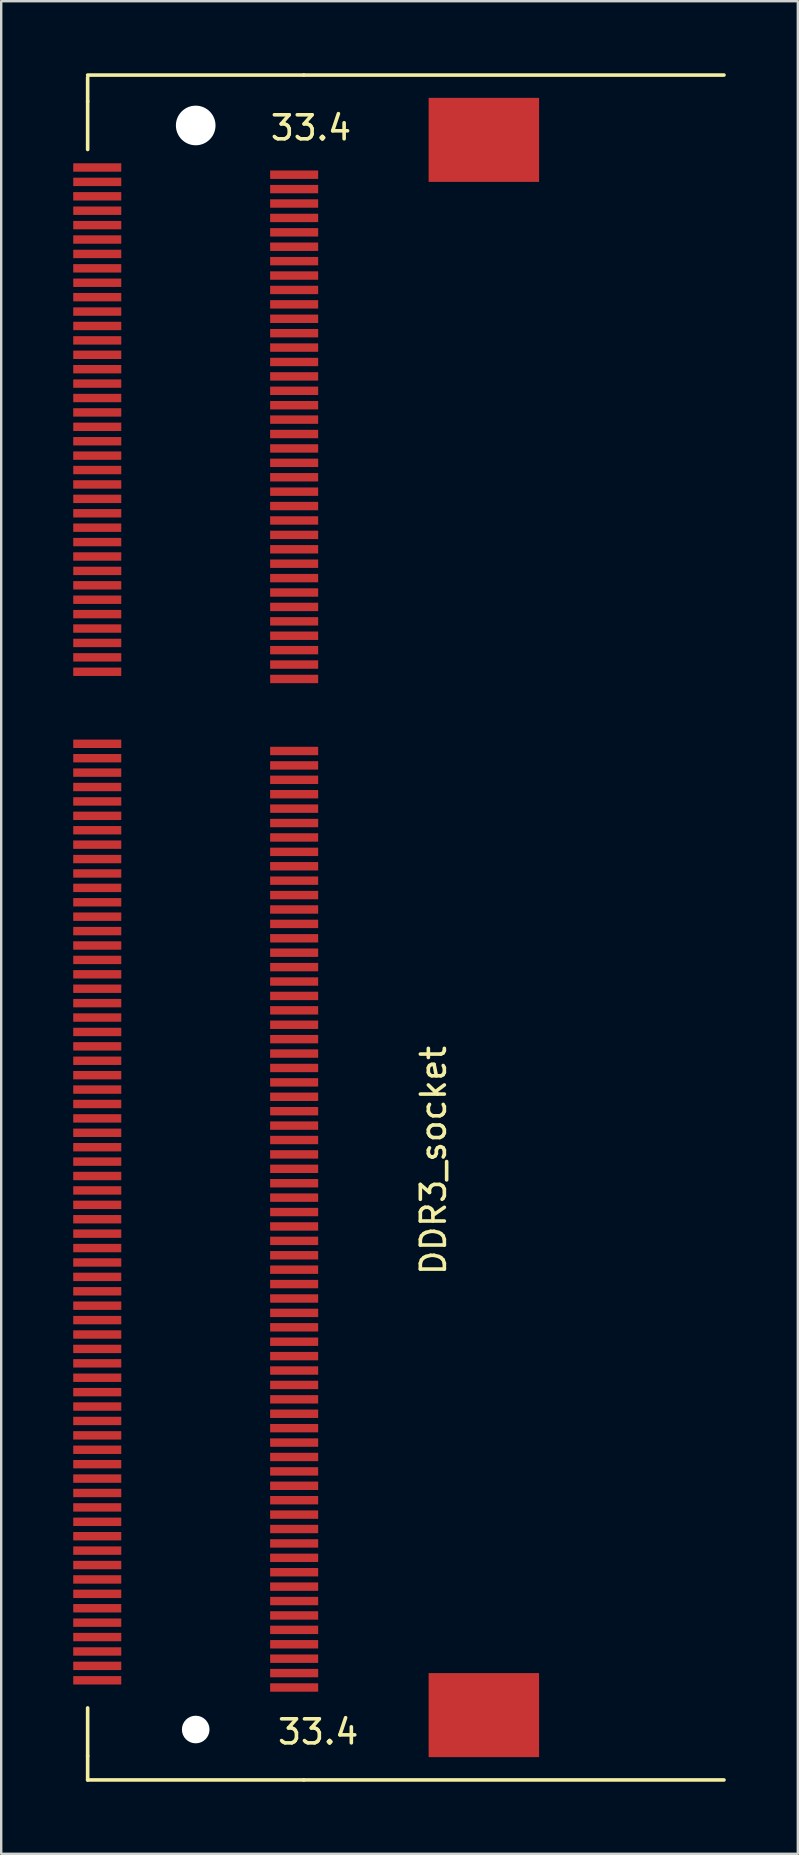
<source format=kicad_pcb>
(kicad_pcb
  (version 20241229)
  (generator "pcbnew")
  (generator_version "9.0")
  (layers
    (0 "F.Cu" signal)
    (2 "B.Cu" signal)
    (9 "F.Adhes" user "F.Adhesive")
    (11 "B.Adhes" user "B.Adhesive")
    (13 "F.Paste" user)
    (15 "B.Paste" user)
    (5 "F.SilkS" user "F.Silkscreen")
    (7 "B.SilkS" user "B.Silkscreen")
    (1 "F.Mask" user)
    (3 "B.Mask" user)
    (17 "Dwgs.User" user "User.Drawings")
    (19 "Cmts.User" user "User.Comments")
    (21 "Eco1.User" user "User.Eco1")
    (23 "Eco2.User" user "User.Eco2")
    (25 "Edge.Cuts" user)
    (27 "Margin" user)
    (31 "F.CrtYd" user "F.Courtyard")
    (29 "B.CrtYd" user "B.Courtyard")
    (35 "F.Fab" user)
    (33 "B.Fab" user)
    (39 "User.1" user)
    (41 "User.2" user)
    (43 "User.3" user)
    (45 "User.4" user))
  (footprint "DDR3_socket"
    (layer "F.Cu")
    (at 5.1 35.575)
    (property "Reference" "DDR3_socket" (at 9.9 9.7 90) (layer "F.SilkS") (effects (font (size 1 1) (thickness 0.15))))
    (attr through_hole)
    (fp_line (start -4.5 -35.5) (end 4.5 -35.5) (stroke (width 0.15) (type solid)) (layer "F.SilkS"))
    (fp_line (start -4.5 -35.4) (end -4.5 -34.4) (stroke (width 0.15) (type solid)) (layer "F.SilkS"))
    (fp_line (start -4.5 -34.4) (end -4.5 -32.4) (stroke (width 0.15) (type solid)) (layer "F.SilkS"))
    (fp_line (start -4.5 34.5) (end -4.5 32.5) (stroke (width 0.15) (type solid)) (layer "F.SilkS"))
    (fp_line (start -4.5 35.5) (end -4.5 34.5) (stroke (width 0.15) (type solid)) (layer "F.SilkS"))
    (fp_line (start 4.5 -35.5) (end 22 -35.5) (stroke (width 0.15) (type solid)) (layer "F.SilkS"))
    (fp_line (start 4.5 35.5) (end -4.5 35.5) (stroke (width 0.15) (type solid)) (layer "F.SilkS"))
    (fp_line (start 4.5 35.5) (end 22 35.5) (stroke (width 0.15) (type solid)) (layer "F.SilkS"))
    (fp_text user "33.4" (at 5.1 33.5 0) (layer "F.SilkS") (effects (font (size 1 1) (thickness 0.15))))
    (fp_text user "33.4" (at 4.8 -33.3 0) (layer "F.SilkS") (effects (font (size 1 1) (thickness 0.15))))
    (pad "" np_thru_hole circle (at 0 -33.4 90) (size 1.65 1.65) (drill 1.65) (layers "*.Cu"))
    (pad "" np_thru_hole circle (at 0 33.4 90) (size 1.15 1.15) (drill 1.15) (layers "*.Cu" "*.Mask"))
    (pad "1" smd rect (at -4.1 -31.65 90) (size 0.35 2) (layers "F.Cu" "F.Mask" "F.Paste"))
    (pad "2" smd rect (at 4.1 -31.35 90) (size 0.35 2) (layers "F.Cu" "F.Mask" "F.Paste"))
    (pad "3" smd rect (at -4.1 -31.05 90) (size 0.35 2) (layers "F.Cu" "F.Mask" "F.Paste"))
    (pad "4" smd rect (at 4.1 -30.75 90) (size 0.35 2) (layers "F.Cu" "F.Mask" "F.Paste"))
    (pad "5" smd rect (at -4.1 -30.45 90) (size 0.35 2) (layers "F.Cu" "F.Mask" "F.Paste"))
    (pad "6" smd rect (at 4.1 -30.15 90) (size 0.35 2) (layers "F.Cu" "F.Mask" "F.Paste"))
    (pad "7" smd rect (at -4.1 -29.85 90) (size 0.35 2) (layers "F.Cu" "F.Mask" "F.Paste"))
    (pad "8" smd rect (at 4.1 -29.55 90) (size 0.35 2) (layers "F.Cu" "F.Mask" "F.Paste"))
    (pad "9" smd rect (at -4.1 -29.25 90) (size 0.35 2) (layers "F.Cu" "F.Mask" "F.Paste"))
    (pad "10" smd rect (at 4.1 -28.95 90) (size 0.35 2) (layers "F.Cu" "F.Mask" "F.Paste"))
    (pad "11" smd rect (at -4.1 -28.65 90) (size 0.35 2) (layers "F.Cu" "F.Mask" "F.Paste"))
    (pad "12" smd rect (at 4.1 -28.35 90) (size 0.35 2) (layers "F.Cu" "F.Mask" "F.Paste"))
    (pad "13" smd rect (at -4.1 -28.05 90) (size 0.35 2) (layers "F.Cu" "F.Mask" "F.Paste"))
    (pad "14" smd rect (at 4.1 -27.75 90) (size 0.35 2) (layers "F.Cu" "F.Mask" "F.Paste"))
    (pad "15" smd rect (at -4.1 -27.45 90) (size 0.35 2) (layers "F.Cu" "F.Mask" "F.Paste"))
    (pad "16" smd rect (at 4.1 -27.15 90) (size 0.35 2) (layers "F.Cu" "F.Mask" "F.Paste"))
    (pad "17" smd rect (at -4.1 -26.85 90) (size 0.35 2) (layers "F.Cu" "F.Mask" "F.Paste"))
    (pad "18" smd rect (at 4.1 -26.55 90) (size 0.35 2) (layers "F.Cu" "F.Mask" "F.Paste"))
    (pad "19" smd rect (at -4.1 -26.25 90) (size 0.35 2) (layers "F.Cu" "F.Mask" "F.Paste"))
    (pad "20" smd rect (at 4.1 -25.95 90) (size 0.35 2) (layers "F.Cu" "F.Mask" "F.Paste"))
    (pad "21" smd rect (at -4.1 -25.65 90) (size 0.35 2) (layers "F.Cu" "F.Mask" "F.Paste"))
    (pad "22" smd rect (at 4.1 -25.35 90) (size 0.35 2) (layers "F.Cu" "F.Mask" "F.Paste"))
    (pad "23" smd rect (at -4.1 -25.05 90) (size 0.35 2) (layers "F.Cu" "F.Mask" "F.Paste"))
    (pad "24" smd rect (at 4.1 -24.75 90) (size 0.35 2) (layers "F.Cu" "F.Mask" "F.Paste"))
    (pad "25" smd rect (at -4.1 -24.45 90) (size 0.35 2) (layers "F.Cu" "F.Mask" "F.Paste"))
    (pad "26" smd rect (at 4.1 -24.15 90) (size 0.35 2) (layers "F.Cu" "F.Mask" "F.Paste"))
    (pad "27" smd rect (at -4.1 -23.85 90) (size 0.35 2) (layers "F.Cu" "F.Mask" "F.Paste"))
    (pad "28" smd rect (at 4.1 -23.55 90) (size 0.35 2) (layers "F.Cu" "F.Mask" "F.Paste"))
    (pad "29" smd rect (at -4.1 -23.25 90) (size 0.35 2) (layers "F.Cu" "F.Mask" "F.Paste"))
    (pad "30" smd rect (at 4.1 -22.95 90) (size 0.35 2) (layers "F.Cu" "F.Mask" "F.Paste"))
    (pad "31" smd rect (at -4.1 -22.65 90) (size 0.35 2) (layers "F.Cu" "F.Mask" "F.Paste"))
    (pad "32" smd rect (at 4.1 -22.35 90) (size 0.35 2) (layers "F.Cu" "F.Mask" "F.Paste"))
    (pad "33" smd rect (at -4.1 -22.05 90) (size 0.35 2) (layers "F.Cu" "F.Mask" "F.Paste"))
    (pad "34" smd rect (at 4.1 -21.75 90) (size 0.35 2) (layers "F.Cu" "F.Mask" "F.Paste"))
    (pad "35" smd rect (at -4.1 -21.45 90) (size 0.35 2) (layers "F.Cu" "F.Mask" "F.Paste"))
    (pad "36" smd rect (at 4.1 -21.15 90) (size 0.35 2) (layers "F.Cu" "F.Mask" "F.Paste"))
    (pad "37" smd rect (at -4.1 -20.85 90) (size 0.35 2) (layers "F.Cu" "F.Mask" "F.Paste"))
    (pad "38" smd rect (at 4.1 -20.55 90) (size 0.35 2) (layers "F.Cu" "F.Mask" "F.Paste"))
    (pad "39" smd rect (at -4.1 -20.25 90) (size 0.35 2) (layers "F.Cu" "F.Mask" "F.Paste"))
    (pad "40" smd rect (at 4.1 -19.95 90) (size 0.35 2) (layers "F.Cu" "F.Mask" "F.Paste"))
    (pad "41" smd rect (at -4.1 -19.65 90) (size 0.35 2) (layers "F.Cu" "F.Mask" "F.Paste"))
    (pad "42" smd rect (at 4.1 -19.35 90) (size 0.35 2) (layers "F.Cu" "F.Mask" "F.Paste"))
    (pad "43" smd rect (at -4.1 -19.05 90) (size 0.35 2) (layers "F.Cu" "F.Mask" "F.Paste"))
    (pad "44" smd rect (at 4.1 -18.75 90) (size 0.35 2) (layers "F.Cu" "F.Mask" "F.Paste"))
    (pad "45" smd rect (at -4.1 -18.45 90) (size 0.35 2) (layers "F.Cu" "F.Mask" "F.Paste"))
    (pad "46" smd rect (at 4.1 -18.15 90) (size 0.35 2) (layers "F.Cu" "F.Mask" "F.Paste"))
    (pad "47" smd rect (at -4.1 -17.85 90) (size 0.35 2) (layers "F.Cu" "F.Mask" "F.Paste"))
    (pad "48" smd rect (at 4.1 -17.55 90) (size 0.35 2) (layers "F.Cu" "F.Mask" "F.Paste"))
    (pad "49" smd rect (at -4.1 -17.25 90) (size 0.35 2) (layers "F.Cu" "F.Mask" "F.Paste"))
    (pad "50" smd rect (at 4.1 -16.95 90) (size 0.35 2) (layers "F.Cu" "F.Mask" "F.Paste"))
    (pad "51" smd rect (at -4.1 -16.65 90) (size 0.35 2) (layers "F.Cu" "F.Mask" "F.Paste"))
    (pad "52" smd rect (at 4.1 -16.35 90) (size 0.35 2) (layers "F.Cu" "F.Mask" "F.Paste"))
    (pad "53" smd rect (at -4.1 -16.05 90) (size 0.35 2) (layers "F.Cu" "F.Mask" "F.Paste"))
    (pad "54" smd rect (at 4.1 -15.75 90) (size 0.35 2) (layers "F.Cu" "F.Mask" "F.Paste"))
    (pad "55" smd rect (at -4.1 -15.45 90) (size 0.35 2) (layers "F.Cu" "F.Mask" "F.Paste"))
    (pad "56" smd rect (at 4.1 -15.15 90) (size 0.35 2) (layers "F.Cu" "F.Mask" "F.Paste"))
    (pad "57" smd rect (at -4.1 -14.85 90) (size 0.35 2) (layers "F.Cu" "F.Mask" "F.Paste"))
    (pad "58" smd rect (at 4.1 -14.55 90) (size 0.35 2) (layers "F.Cu" "F.Mask" "F.Paste"))
    (pad "59" smd rect (at -4.1 -14.25 90) (size 0.35 2) (layers "F.Cu" "F.Mask" "F.Paste"))
    (pad "60" smd rect (at 4.1 -13.95 90) (size 0.35 2) (layers "F.Cu" "F.Mask" "F.Paste"))
    (pad "61" smd rect (at -4.1 -13.65 90) (size 0.35 2) (layers "F.Cu" "F.Mask" "F.Paste"))
    (pad "62" smd rect (at 4.1 -13.35 90) (size 0.35 2) (layers "F.Cu" "F.Mask" "F.Paste"))
    (pad "63" smd rect (at -4.1 -13.05 90) (size 0.35 2) (layers "F.Cu" "F.Mask" "F.Paste"))
    (pad "64" smd rect (at 4.1 -12.75 90) (size 0.35 2) (layers "F.Cu" "F.Mask" "F.Paste"))
    (pad "65" smd rect (at -4.1 -12.45 90) (size 0.35 2) (layers "F.Cu" "F.Mask" "F.Paste"))
    (pad "66" smd rect (at 4.1 -12.15 90) (size 0.35 2) (layers "F.Cu" "F.Mask" "F.Paste"))
    (pad "67" smd rect (at -4.1 -11.85 90) (size 0.35 2) (layers "F.Cu" "F.Mask" "F.Paste"))
    (pad "68" smd rect (at 4.1 -11.55 90) (size 0.35 2) (layers "F.Cu" "F.Mask" "F.Paste"))
    (pad "69" smd rect (at -4.1 -11.25 90) (size 0.35 2) (layers "F.Cu" "F.Mask" "F.Paste"))
    (pad "70" smd rect (at 4.1 -10.95 90) (size 0.35 2) (layers "F.Cu" "F.Mask" "F.Paste"))
    (pad "71" smd rect (at -4.1 -10.65 90) (size 0.35 2) (layers "F.Cu" "F.Mask" "F.Paste"))
    (pad "72" smd rect (at 4.1 -10.35 90) (size 0.35 2) (layers "F.Cu" "F.Mask" "F.Paste"))
    (pad "73" smd rect (at -4.1 -7.65 90) (size 0.35 2) (layers "F.Cu" "F.Mask" "F.Paste"))
    (pad "74" smd rect (at 4.1 -7.35 90) (size 0.35 2) (layers "F.Cu" "F.Mask" "F.Paste"))
    (pad "75" smd rect (at -4.1 -7.05 90) (size 0.35 2) (layers "F.Cu" "F.Mask" "F.Paste"))
    (pad "76" smd rect (at 4.1 -6.75 90) (size 0.35 2) (layers "F.Cu" "F.Mask" "F.Paste"))
    (pad "77" smd rect (at -4.1 -6.45 90) (size 0.35 2) (layers "F.Cu" "F.Mask" "F.Paste"))
    (pad "78" smd rect (at 4.1 -6.15 90) (size 0.35 2) (layers "F.Cu" "F.Mask" "F.Paste"))
    (pad "79" smd rect (at -4.1 -5.85 90) (size 0.35 2) (layers "F.Cu" "F.Mask" "F.Paste"))
    (pad "80" smd rect (at 4.1 -5.55 90) (size 0.35 2) (layers "F.Cu" "F.Mask" "F.Paste"))
    (pad "81" smd rect (at -4.1 -5.25 90) (size 0.35 2) (layers "F.Cu" "F.Mask" "F.Paste"))
    (pad "82" smd rect (at 4.1 -4.95 90) (size 0.35 2) (layers "F.Cu" "F.Mask" "F.Paste"))
    (pad "83" smd rect (at -4.1 -4.65 90) (size 0.35 2) (layers "F.Cu" "F.Mask" "F.Paste"))
    (pad "84" smd rect (at 4.1 -4.35 90) (size 0.35 2) (layers "F.Cu" "F.Mask" "F.Paste"))
    (pad "85" smd rect (at -4.1 -4.05 90) (size 0.35 2) (layers "F.Cu" "F.Mask" "F.Paste"))
    (pad "86" smd rect (at 4.1 -3.75 90) (size 0.35 2) (layers "F.Cu" "F.Mask" "F.Paste"))
    (pad "87" smd rect (at -4.1 -3.45 90) (size 0.35 2) (layers "F.Cu" "F.Mask" "F.Paste"))
    (pad "88" smd rect (at 4.1 -3.15 90) (size 0.35 2) (layers "F.Cu" "F.Mask" "F.Paste"))
    (pad "89" smd rect (at -4.1 -2.85 90) (size 0.35 2) (layers "F.Cu" "F.Mask" "F.Paste"))
    (pad "90" smd rect (at 4.1 -2.55 90) (size 0.35 2) (layers "F.Cu" "F.Mask" "F.Paste"))
    (pad "91" smd rect (at -4.1 -2.25 90) (size 0.35 2) (layers "F.Cu" "F.Mask" "F.Paste"))
    (pad "92" smd rect (at 4.1 -1.95 90) (size 0.35 2) (layers "F.Cu" "F.Mask" "F.Paste"))
    (pad "93" smd rect (at -4.1 -1.65 90) (size 0.35 2) (layers "F.Cu" "F.Mask" "F.Paste"))
    (pad "94" smd rect (at 4.1 -1.35 90) (size 0.35 2) (layers "F.Cu" "F.Mask" "F.Paste"))
    (pad "95" smd rect (at -4.1 -1.05 90) (size 0.35 2) (layers "F.Cu" "F.Mask" "F.Paste"))
    (pad "96" smd rect (at 4.1 -0.75 90) (size 0.35 2) (layers "F.Cu" "F.Mask" "F.Paste"))
    (pad "97" smd rect (at -4.1 -0.45 90) (size 0.35 2) (layers "F.Cu" "F.Mask" "F.Paste"))
    (pad "98" smd rect (at 4.1 -0.15 90) (size 0.35 2) (layers "F.Cu" "F.Mask" "F.Paste"))
    (pad "99" smd rect (at -4.1 0.15 90) (size 0.35 2) (layers "F.Cu" "F.Mask" "F.Paste"))
    (pad "100" smd rect (at 4.1 0.45 90) (size 0.35 2) (layers "F.Cu" "F.Mask" "F.Paste"))
    (pad "101" smd rect (at -4.1 0.75 90) (size 0.35 2) (layers "F.Cu" "F.Mask" "F.Paste"))
    (pad "102" smd rect (at 4.1 1.05 90) (size 0.35 2) (layers "F.Cu" "F.Mask" "F.Paste"))
    (pad "103" smd rect (at -4.1 1.35 90) (size 0.35 2) (layers "F.Cu" "F.Mask" "F.Paste"))
    (pad "104" smd rect (at 4.1 1.65 90) (size 0.35 2) (layers "F.Cu" "F.Mask" "F.Paste"))
    (pad "105" smd rect (at -4.1 1.95 90) (size 0.35 2) (layers "F.Cu" "F.Mask" "F.Paste"))
    (pad "106" smd rect (at 4.1 2.25 90) (size 0.35 2) (layers "F.Cu" "F.Mask" "F.Paste"))
    (pad "107" smd rect (at -4.1 2.55 90) (size 0.35 2) (layers "F.Cu" "F.Mask" "F.Paste"))
    (pad "108" smd rect (at 4.1 2.85 90) (size 0.35 2) (layers "F.Cu" "F.Mask" "F.Paste"))
    (pad "109" smd rect (at -4.1 3.15 90) (size 0.35 2) (layers "F.Cu" "F.Mask" "F.Paste"))
    (pad "110" smd rect (at 4.1 3.45 90) (size 0.35 2) (layers "F.Cu" "F.Mask" "F.Paste"))
    (pad "111" smd rect (at -4.1 3.75 90) (size 0.35 2) (layers "F.Cu" "F.Mask" "F.Paste"))
    (pad "112" smd rect (at 4.1 4.05 90) (size 0.35 2) (layers "F.Cu" "F.Mask" "F.Paste"))
    (pad "113" smd rect (at -4.1 4.35 90) (size 0.35 2) (layers "F.Cu" "F.Mask" "F.Paste"))
    (pad "114" smd rect (at 4.1 4.65 90) (size 0.35 2) (layers "F.Cu" "F.Mask" "F.Paste"))
    (pad "115" smd rect (at -4.1 4.95 90) (size 0.35 2) (layers "F.Cu" "F.Mask" "F.Paste"))
    (pad "116" smd rect (at 4.1 5.25 90) (size 0.35 2) (layers "F.Cu" "F.Mask" "F.Paste"))
    (pad "117" smd rect (at -4.1 5.55 90) (size 0.35 2) (layers "F.Cu" "F.Mask" "F.Paste"))
    (pad "118" smd rect (at 4.1 5.85 90) (size 0.35 2) (layers "F.Cu" "F.Mask" "F.Paste"))
    (pad "119" smd rect (at -4.1 6.15 90) (size 0.35 2) (layers "F.Cu" "F.Mask" "F.Paste"))
    (pad "120" smd rect (at 4.1 6.45 90) (size 0.35 2) (layers "F.Cu" "F.Mask" "F.Paste"))
    (pad "121" smd rect (at -4.1 6.75 90) (size 0.35 2) (layers "F.Cu" "F.Mask" "F.Paste"))
    (pad "122" smd rect (at 4.1 7.05 90) (size 0.35 2) (layers "F.Cu" "F.Mask" "F.Paste"))
    (pad "123" smd rect (at -4.1 7.35 90) (size 0.35 2) (layers "F.Cu" "F.Mask" "F.Paste"))
    (pad "124" smd rect (at 4.1 7.65 90) (size 0.35 2) (layers "F.Cu" "F.Mask" "F.Paste"))
    (pad "125" smd rect (at -4.1 7.95 90) (size 0.35 2) (layers "F.Cu" "F.Mask" "F.Paste"))
    (pad "126" smd rect (at 4.1 8.25 90) (size 0.35 2) (layers "F.Cu" "F.Mask" "F.Paste"))
    (pad "127" smd rect (at -4.1 8.55 90) (size 0.35 2) (layers "F.Cu" "F.Mask" "F.Paste"))
    (pad "128" smd rect (at 4.1 8.85 90) (size 0.35 2) (layers "F.Cu" "F.Mask" "F.Paste"))
    (pad "129" smd rect (at -4.1 9.15 90) (size 0.35 2) (layers "F.Cu" "F.Mask" "F.Paste"))
    (pad "130" smd rect (at 4.1 9.45 90) (size 0.35 2) (layers "F.Cu" "F.Mask" "F.Paste"))
    (pad "131" smd rect (at -4.1 9.75 90) (size 0.35 2) (layers "F.Cu" "F.Mask" "F.Paste"))
    (pad "132" smd rect (at 4.1 10.05 90) (size 0.35 2) (layers "F.Cu" "F.Mask" "F.Paste"))
    (pad "133" smd rect (at -4.1 10.35 90) (size 0.35 2) (layers "F.Cu" "F.Mask" "F.Paste"))
    (pad "134" smd rect (at 4.1 10.65 90) (size 0.35 2) (layers "F.Cu" "F.Mask" "F.Paste"))
    (pad "135" smd rect (at -4.1 10.95 90) (size 0.35 2) (layers "F.Cu" "F.Mask" "F.Paste"))
    (pad "136" smd rect (at 4.1 11.25 90) (size 0.35 2) (layers "F.Cu" "F.Mask" "F.Paste"))
    (pad "137" smd rect (at -4.1 11.55 90) (size 0.35 2) (layers "F.Cu" "F.Mask" "F.Paste"))
    (pad "138" smd rect (at 4.1 11.85 90) (size 0.35 2) (layers "F.Cu" "F.Mask" "F.Paste"))
    (pad "139" smd rect (at -4.1 12.15 90) (size 0.35 2) (layers "F.Cu" "F.Mask" "F.Paste"))
    (pad "140" smd rect (at 4.1 12.45 90) (size 0.35 2) (layers "F.Cu" "F.Mask" "F.Paste"))
    (pad "141" smd rect (at -4.1 12.75 90) (size 0.35 2) (layers "F.Cu" "F.Mask" "F.Paste"))
    (pad "142" smd rect (at 4.1 13.05 90) (size 0.35 2) (layers "F.Cu" "F.Mask" "F.Paste"))
    (pad "143" smd rect (at -4.1 13.35 90) (size 0.35 2) (layers "F.Cu" "F.Mask" "F.Paste"))
    (pad "144" smd rect (at 4.1 13.65 90) (size 0.35 2) (layers "F.Cu" "F.Mask" "F.Paste"))
    (pad "145" smd rect (at -4.1 13.95 90) (size 0.35 2) (layers "F.Cu" "F.Mask" "F.Paste"))
    (pad "146" smd rect (at 4.1 14.25 90) (size 0.35 2) (layers "F.Cu" "F.Mask" "F.Paste"))
    (pad "147" smd rect (at -4.1 14.55 90) (size 0.35 2) (layers "F.Cu" "F.Mask" "F.Paste"))
    (pad "148" smd rect (at 4.1 14.85 90) (size 0.35 2) (layers "F.Cu" "F.Mask" "F.Paste"))
    (pad "149" smd rect (at -4.1 15.15 90) (size 0.35 2) (layers "F.Cu" "F.Mask" "F.Paste"))
    (pad "150" smd rect (at 4.1 15.45 90) (size 0.35 2) (layers "F.Cu" "F.Mask" "F.Paste"))
    (pad "151" smd rect (at -4.1 15.75 90) (size 0.35 2) (layers "F.Cu" "F.Mask" "F.Paste"))
    (pad "152" smd rect (at 4.1 16.05 90) (size 0.35 2) (layers "F.Cu" "F.Mask" "F.Paste"))
    (pad "153" smd rect (at -4.1 16.35 90) (size 0.35 2) (layers "F.Cu" "F.Mask" "F.Paste"))
    (pad "154" smd rect (at 4.1 16.65 90) (size 0.35 2) (layers "F.Cu" "F.Mask" "F.Paste"))
    (pad "155" smd rect (at -4.1 16.95 90) (size 0.35 2) (layers "F.Cu" "F.Mask" "F.Paste"))
    (pad "156" smd rect (at 4.1 17.25 90) (size 0.35 2) (layers "F.Cu" "F.Mask" "F.Paste"))
    (pad "157" smd rect (at -4.1 17.55 90) (size 0.35 2) (layers "F.Cu" "F.Mask" "F.Paste"))
    (pad "158" smd rect (at 4.1 17.85 90) (size 0.35 2) (layers "F.Cu" "F.Mask" "F.Paste"))
    (pad "159" smd rect (at -4.1 18.15 90) (size 0.35 2) (layers "F.Cu" "F.Mask" "F.Paste"))
    (pad "160" smd rect (at 4.1 18.45 90) (size 0.35 2) (layers "F.Cu" "F.Mask" "F.Paste"))
    (pad "161" smd rect (at -4.1 18.75 90) (size 0.35 2) (layers "F.Cu" "F.Mask" "F.Paste"))
    (pad "162" smd rect (at 4.1 19.05 90) (size 0.35 2) (layers "F.Cu" "F.Mask" "F.Paste"))
    (pad "163" smd rect (at -4.1 19.35 90) (size 0.35 2) (layers "F.Cu" "F.Mask" "F.Paste"))
    (pad "164" smd rect (at 4.1 19.65 90) (size 0.35 2) (layers "F.Cu" "F.Mask" "F.Paste"))
    (pad "165" smd rect (at -4.1 19.95 90) (size 0.35 2) (layers "F.Cu" "F.Mask" "F.Paste"))
    (pad "166" smd rect (at 4.1 20.25 90) (size 0.35 2) (layers "F.Cu" "F.Mask" "F.Paste"))
    (pad "167" smd rect (at -4.1 20.55 90) (size 0.35 2) (layers "F.Cu" "F.Mask" "F.Paste"))
    (pad "168" smd rect (at 4.1 20.85 90) (size 0.35 2) (layers "F.Cu" "F.Mask" "F.Paste"))
    (pad "169" smd rect (at -4.1 21.15 90) (size 0.35 2) (layers "F.Cu" "F.Mask" "F.Paste"))
    (pad "170" smd rect (at 4.1 21.45 90) (size 0.35 2) (layers "F.Cu" "F.Mask" "F.Paste"))
    (pad "171" smd rect (at -4.1 21.75 90) (size 0.35 2) (layers "F.Cu" "F.Mask" "F.Paste"))
    (pad "172" smd rect (at 4.1 22.05 90) (size 0.35 2) (layers "F.Cu" "F.Mask" "F.Paste"))
    (pad "173" smd rect (at -4.1 22.35 90) (size 0.35 2) (layers "F.Cu" "F.Mask" "F.Paste"))
    (pad "174" smd rect (at 4.1 22.65 90) (size 0.35 2) (layers "F.Cu" "F.Mask" "F.Paste"))
    (pad "175" smd rect (at -4.1 22.95 90) (size 0.35 2) (layers "F.Cu" "F.Mask" "F.Paste"))
    (pad "176" smd rect (at 4.1 23.25 90) (size 0.35 2) (layers "F.Cu" "F.Mask" "F.Paste"))
    (pad "177" smd rect (at -4.1 23.55 90) (size 0.35 2) (layers "F.Cu" "F.Mask" "F.Paste"))
    (pad "178" smd rect (at 4.1 23.85 90) (size 0.35 2) (layers "F.Cu" "F.Mask" "F.Paste"))
    (pad "179" smd rect (at -4.1 24.15 90) (size 0.35 2) (layers "F.Cu" "F.Mask" "F.Paste"))
    (pad "180" smd rect (at 4.1 24.45 90) (size 0.35 2) (layers "F.Cu" "F.Mask" "F.Paste"))
    (pad "181" smd rect (at -4.1 24.75 90) (size 0.35 2) (layers "F.Cu" "F.Mask" "F.Paste"))
    (pad "182" smd rect (at 4.1 25.05 90) (size 0.35 2) (layers "F.Cu" "F.Mask" "F.Paste"))
    (pad "183" smd rect (at -4.1 25.35 90) (size 0.35 2) (layers "F.Cu" "F.Mask" "F.Paste"))
    (pad "184" smd rect (at 4.1 25.65 90) (size 0.35 2) (layers "F.Cu" "F.Mask" "F.Paste"))
    (pad "185" smd rect (at -4.1 25.95 90) (size 0.35 2) (layers "F.Cu" "F.Mask" "F.Paste"))
    (pad "186" smd rect (at 4.1 26.25 90) (size 0.35 2) (layers "F.Cu" "F.Mask" "F.Paste"))
    (pad "187" smd rect (at -4.1 26.55 90) (size 0.35 2) (layers "F.Cu" "F.Mask" "F.Paste"))
    (pad "188" smd rect (at 4.1 26.85 90) (size 0.35 2) (layers "F.Cu" "F.Mask" "F.Paste"))
    (pad "189" smd rect (at -4.1 27.15 90) (size 0.35 2) (layers "F.Cu" "F.Mask" "F.Paste"))
    (pad "190" smd rect (at 4.1 27.45 90) (size 0.35 2) (layers "F.Cu" "F.Mask" "F.Paste"))
    (pad "191" smd rect (at -4.1 27.75 90) (size 0.35 2) (layers "F.Cu" "F.Mask" "F.Paste"))
    (pad "192" smd rect (at 4.1 28.05 90) (size 0.35 2) (layers "F.Cu" "F.Mask" "F.Paste"))
    (pad "193" smd rect (at -4.1 28.35 90) (size 0.35 2) (layers "F.Cu" "F.Mask" "F.Paste"))
    (pad "194" smd rect (at 4.1 28.65 90) (size 0.35 2) (layers "F.Cu" "F.Mask" "F.Paste"))
    (pad "195" smd rect (at -4.1 28.95 90) (size 0.35 2) (layers "F.Cu" "F.Mask" "F.Paste"))
    (pad "196" smd rect (at 4.1 29.25 90) (size 0.35 2) (layers "F.Cu" "F.Mask" "F.Paste"))
    (pad "197" smd rect (at -4.1 29.55 90) (size 0.35 2) (layers "F.Cu" "F.Mask" "F.Paste"))
    (pad "198" smd rect (at 4.1 29.85 90) (size 0.35 2) (layers "F.Cu" "F.Mask" "F.Paste"))
    (pad "199" smd rect (at -4.1 30.15 90) (size 0.35 2) (layers "F.Cu" "F.Mask" "F.Paste"))
    (pad "200" smd rect (at 4.1 30.45 90) (size 0.35 2) (layers "F.Cu" "F.Mask" "F.Paste"))
    (pad "201" smd rect (at -4.1 30.75 90) (size 0.35 2) (layers "F.Cu" "F.Mask" "F.Paste"))
    (pad "202" smd rect (at 4.1 31.05 90) (size 0.35 2) (layers "F.Cu" "F.Mask" "F.Paste"))
    (pad "203" smd rect (at -4.1 31.35 90) (size 0.35 2) (layers "F.Cu" "F.Mask" "F.Paste"))
    (pad "204" smd rect (at 4.1 31.65 90) (size 0.35 2) (layers "F.Cu" "F.Mask" "F.Paste"))
    (pad "205" smd rect (at 12 -32.8) (size 4.6 3.5) (layers "F.Cu" "F.Mask" "F.Paste"))
    (pad "206" smd rect (at 12 32.8) (size 4.6 3.5) (layers "F.Cu" "F.Mask" "F.Paste")))
  (gr_rect
    (start -3 -3)
    (end 30.175 74.15)
    (stroke (width 0.1) (type default))
    (fill no)
    (layer "Edge.Cuts")))
</source>
